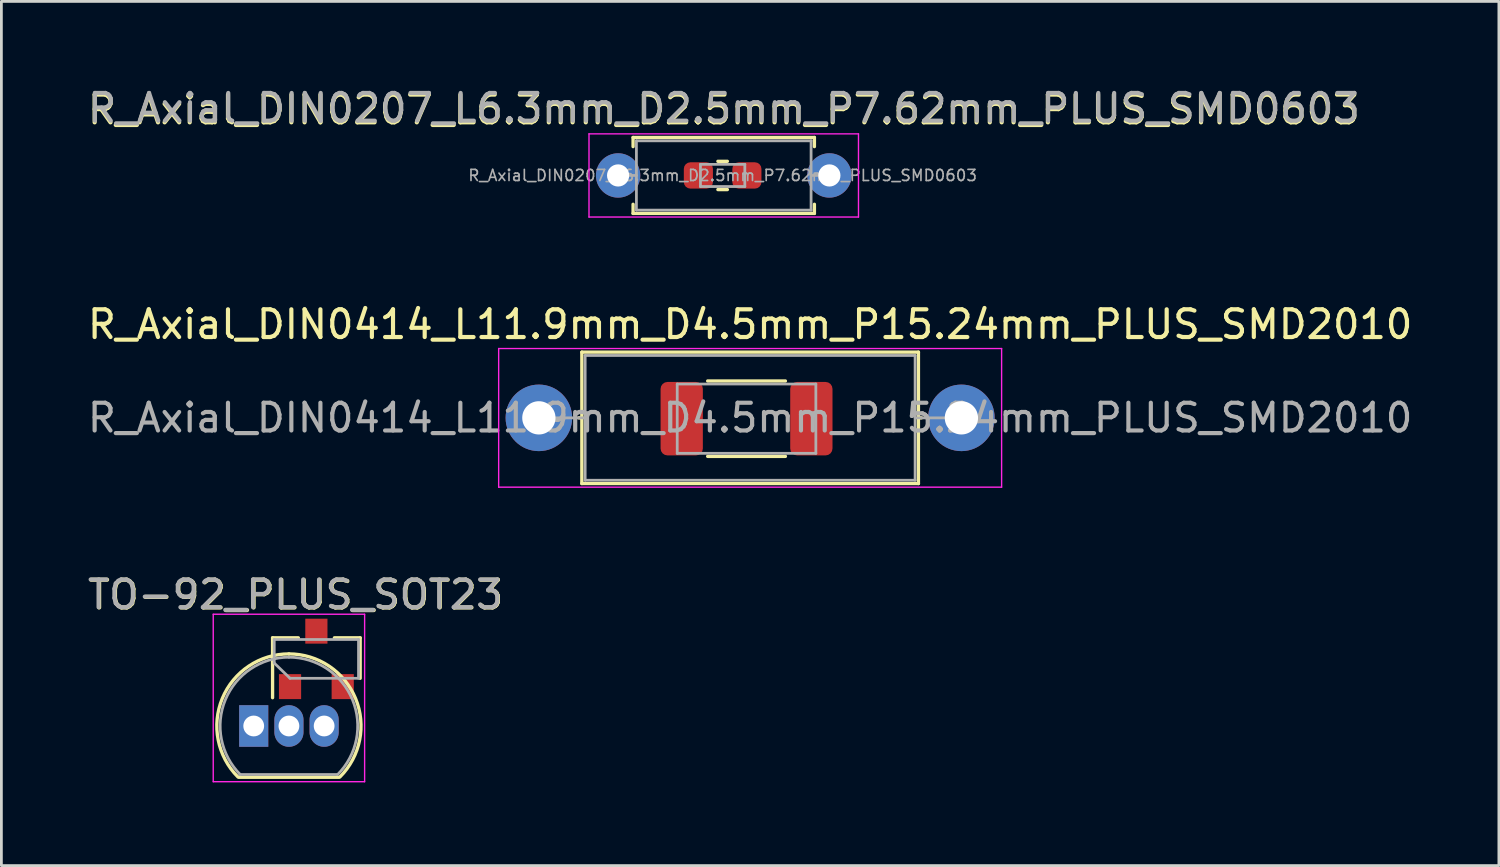
<source format=kicad_pcb>
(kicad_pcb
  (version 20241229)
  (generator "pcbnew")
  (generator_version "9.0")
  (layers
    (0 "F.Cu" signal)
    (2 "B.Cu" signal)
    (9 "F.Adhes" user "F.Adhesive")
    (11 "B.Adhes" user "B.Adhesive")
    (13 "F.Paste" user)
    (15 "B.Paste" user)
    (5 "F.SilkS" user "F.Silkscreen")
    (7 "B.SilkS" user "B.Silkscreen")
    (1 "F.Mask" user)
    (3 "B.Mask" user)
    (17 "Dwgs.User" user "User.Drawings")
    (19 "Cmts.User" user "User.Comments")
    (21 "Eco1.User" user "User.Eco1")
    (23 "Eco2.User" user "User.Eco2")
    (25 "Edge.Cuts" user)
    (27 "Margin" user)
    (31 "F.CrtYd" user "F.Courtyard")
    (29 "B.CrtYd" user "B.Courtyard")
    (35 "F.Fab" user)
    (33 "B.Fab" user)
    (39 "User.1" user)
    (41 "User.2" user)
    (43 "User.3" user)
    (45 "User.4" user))
  (footprint "TO-92_PLUS_SOT23"
    (layer "F.Cu")
    (at 6.101 23.135)
    (property "Reference" "TO-92_PLUS_SOT23" (at 1.52 -4.73 0) (layer "F.SilkS") (effects (font (size 1 1) (thickness 0.15))))
    (attr through_hole)
    (fp_line (start -0.53 1.85) (end 3.07 1.85) (stroke (width 0.12) (type solid)) (layer "F.SilkS"))
    (fp_line (start 0.68 -3.18) (end 0.68 -1.02) (stroke (width 0.12) (type solid)) (layer "F.SilkS"))
    (fp_line (start 0.68 -3.18) (end 1.61 -3.18) (stroke (width 0.12) (type solid)) (layer "F.SilkS"))
    (fp_line (start 3.84 -3.18) (end 2.91 -3.18) (stroke (width 0.12) (type solid)) (layer "F.SilkS"))
    (fp_line (start 3.84 -3.18) (end 3.84 -1.72) (stroke (width 0.12) (type solid)) (layer "F.SilkS"))
    (fp_arc (start -0.568478 1.838478) (mid -1.132087 -0.994977) (end 1.27 -2.6) (stroke (width 0.12) (type solid)) (layer "F.SilkS"))
    (fp_arc (start 1.27 -2.6) (mid 3.672087 -0.994977) (end 3.108478 1.838478) (stroke (width 0.12) (type solid)) (layer "F.SilkS"))
    (fp_line (start -1.46 -4.03) (end -1.46 2.01) (stroke (width 0.05) (type solid)) (layer "F.CrtYd"))
    (fp_line (start -1.46 -4.03) (end 4 -4.03) (stroke (width 0.05) (type solid)) (layer "F.CrtYd"))
    (fp_line (start 4 2.01) (end -1.46 2.01) (stroke (width 0.05) (type solid)) (layer "F.CrtYd"))
    (fp_line (start 4 2.01) (end 4 -4.03) (stroke (width 0.05) (type solid)) (layer "F.CrtYd"))
    (fp_line (start -0.5 1.75) (end 3 1.75) (stroke (width 0.1) (type solid)) (layer "F.Fab"))
    (fp_line (start 0.74 -3.12) (end 3.78 -3.12) (stroke (width 0.1) (type solid)) (layer "F.Fab"))
    (fp_line (start 0.74 -2.27) (end 0.74 -3.12) (stroke (width 0.1) (type solid)) (layer "F.Fab"))
    (fp_line (start 1.31 -1.72) (end 0.74 -2.27) (stroke (width 0.1) (type solid)) (layer "F.Fab"))
    (fp_line (start 1.31 -1.72) (end 3.76 -1.72) (stroke (width 0.1) (type solid)) (layer "F.Fab"))
    (fp_line (start 3.78 -1.72) (end 3.78 -3.12) (stroke (width 0.1) (type solid)) (layer "F.Fab"))
    (fp_arc (start -0.483625 1.753625) (mid -1.021221 -0.949055) (end 1.27 -2.48) (stroke (width 0.1) (type solid)) (layer "F.Fab"))
    (fp_arc (start 1.27 -2.48) (mid 3.561221 -0.949055) (end 3.023625 1.753625) (stroke (width 0.1) (type solid)) (layer "F.Fab"))
    (fp_text user "${REFERENCE}" (at 1.5 -4.74 0) (layer "F.Fab") (effects (font (size 1 1) (thickness 0.15))))
    (pad "1" thru_hole rect (at 0 0) (size 1.05 1.5) (drill 0.75) (layers "*.Cu" "*.Mask"))
    (pad "1" smd rect (at 2.26 -3.42 90) (size 0.9 0.8) (layers "F.Cu" "F.Mask" "F.Paste"))
    (pad "2" thru_hole oval (at 1.27 0) (size 1.05 1.5) (drill 0.75) (layers "*.Cu" "*.Mask"))
    (pad "2" smd rect (at 1.31 -1.42 90) (size 0.9 0.8) (layers "F.Cu" "F.Mask" "F.Paste"))
    (pad "3" thru_hole oval (at 2.54 0) (size 1.05 1.5) (drill 0.75) (layers "*.Cu" "*.Mask"))
    (pad "3" smd rect (at 3.21 -1.42 90) (size 0.9 0.8) (layers "F.Cu" "F.Mask" "F.Paste")))
  (footprint "R_Axial_DIN0414_L11.9mm_D4.5mm_P15.24mm_PLUS_SMD2010"
    (layer "F.Cu")
    (at 16.386 12.021)
    (property "Reference" "R_Axial_DIN0414_L11.9mm_D4.5mm_P15.24mm_PLUS_SMD2010" (at 7.62 -3.37 0) (layer "F.SilkS") (effects (font (size 1 1) (thickness 0.15))))
    (attr through_hole)
    (fp_line (start 1.44 0) (end 1.55 0) (stroke (width 0.12) (type solid)) (layer "F.SilkS"))
    (fp_line (start 1.55 -2.37) (end 1.55 2.37) (stroke (width 0.12) (type solid)) (layer "F.SilkS"))
    (fp_line (start 1.55 2.37) (end 13.69 2.37) (stroke (width 0.12) (type solid)) (layer "F.SilkS"))
    (fp_line (start 6.088 -1.33) (end 8.892 -1.33) (stroke (width 0.12) (type solid)) (layer "F.SilkS"))
    (fp_line (start 6.088 1.39) (end 8.892 1.39) (stroke (width 0.12) (type solid)) (layer "F.SilkS"))
    (fp_line (start 13.69 -2.37) (end 1.55 -2.37) (stroke (width 0.12) (type solid)) (layer "F.SilkS"))
    (fp_line (start 13.69 2.37) (end 13.69 -2.37) (stroke (width 0.12) (type solid)) (layer "F.SilkS"))
    (fp_line (start 13.8 0) (end 13.69 0) (stroke (width 0.12) (type solid)) (layer "F.SilkS"))
    (fp_line (start -1.45 -2.5) (end -1.45 2.5) (stroke (width 0.05) (type solid)) (layer "F.CrtYd"))
    (fp_line (start -1.45 2.5) (end 16.69 2.5) (stroke (width 0.05) (type solid)) (layer "F.CrtYd"))
    (fp_line (start 16.69 -2.5) (end -1.45 -2.5) (stroke (width 0.05) (type solid)) (layer "F.CrtYd"))
    (fp_line (start 16.69 2.5) (end 16.69 -2.5) (stroke (width 0.05) (type solid)) (layer "F.CrtYd"))
    (fp_line (start 0 0) (end 1.67 0) (stroke (width 0.1) (type solid)) (layer "F.Fab"))
    (fp_line (start 1.67 -2.25) (end 1.67 2.25) (stroke (width 0.1) (type solid)) (layer "F.Fab"))
    (fp_line (start 1.67 2.25) (end 13.57 2.25) (stroke (width 0.1) (type solid)) (layer "F.Fab"))
    (fp_line (start 4.99 -1.22) (end 9.99 -1.22) (stroke (width 0.1) (type solid)) (layer "F.Fab"))
    (fp_line (start 4.99 1.28) (end 4.99 -1.22) (stroke (width 0.1) (type solid)) (layer "F.Fab"))
    (fp_line (start 9.99 -1.22) (end 9.99 1.28) (stroke (width 0.1) (type solid)) (layer "F.Fab"))
    (fp_line (start 9.99 1.28) (end 4.99 1.28) (stroke (width 0.1) (type solid)) (layer "F.Fab"))
    (fp_line (start 13.57 -2.25) (end 1.67 -2.25) (stroke (width 0.1) (type solid)) (layer "F.Fab"))
    (fp_line (start 13.57 2.25) (end 13.57 -2.25) (stroke (width 0.1) (type solid)) (layer "F.Fab"))
    (fp_line (start 15.24 0) (end 13.57 0) (stroke (width 0.1) (type solid)) (layer "F.Fab"))
    (fp_text user "${REFERENCE}" (at 7.62 0 0) (layer "F.Fab") (effects (font (size 1 1) (thickness 0.15))))
    (pad "1" thru_hole circle (at 0 0) (size 2.4 2.4) (drill 1.2) (layers "*.Cu" "*.Mask"))
    (pad "1" smd roundrect (at 5.152 0.03) (size 1.525 2.65) (layers "F.Cu" "F.Mask" "F.Paste") (roundrect_rratio 0.164))
    (pad "2" smd roundrect (at 9.828 0.03) (size 1.525 2.65) (layers "F.Cu" "F.Mask" "F.Paste") (roundrect_rratio 0.164))
    (pad "2" thru_hole oval (at 15.24 0) (size 2.4 2.4) (drill 1.2) (layers "*.Cu" "*.Mask")))
  (footprint "R_Axial_DIN0207_L6.3mm_D2.5mm_P7.62mm_PLUS_SMD0603"
    (layer "F.Cu")
    (at 19.244 3.278)
    (property "Reference" "R_Axial_DIN0207_L6.3mm_D2.5mm_P7.62mm_PLUS_SMD0603" (at 3.81 -2.37 0) (layer "F.SilkS") (effects (font (size 1 1) (thickness 0.15))))
    (attr through_hole)
    (fp_line (start 0.54 -1.37) (end 7.08 -1.37) (stroke (width 0.12) (type solid)) (layer "F.SilkS"))
    (fp_line (start 0.54 -1.04) (end 0.54 -1.37) (stroke (width 0.12) (type solid)) (layer "F.SilkS"))
    (fp_line (start 0.54 1.04) (end 0.54 1.37) (stroke (width 0.12) (type solid)) (layer "F.SilkS"))
    (fp_line (start 0.54 1.37) (end 7.08 1.37) (stroke (width 0.12) (type solid)) (layer "F.SilkS"))
    (fp_line (start 3.599 -0.51) (end 3.941 -0.51) (stroke (width 0.12) (type solid)) (layer "F.SilkS"))
    (fp_line (start 3.599 0.51) (end 3.941 0.51) (stroke (width 0.12) (type solid)) (layer "F.SilkS"))
    (fp_line (start 7.08 -1.37) (end 7.08 -1.04) (stroke (width 0.12) (type solid)) (layer "F.SilkS"))
    (fp_line (start 7.08 1.37) (end 7.08 1.04) (stroke (width 0.12) (type solid)) (layer "F.SilkS"))
    (fp_line (start -1.05 -1.5) (end -1.05 1.5) (stroke (width 0.05) (type solid)) (layer "F.CrtYd"))
    (fp_line (start -1.05 1.5) (end 8.67 1.5) (stroke (width 0.05) (type solid)) (layer "F.CrtYd"))
    (fp_line (start 8.67 -1.5) (end -1.05 -1.5) (stroke (width 0.05) (type solid)) (layer "F.CrtYd"))
    (fp_line (start 8.67 1.5) (end 8.67 -1.5) (stroke (width 0.05) (type solid)) (layer "F.CrtYd"))
    (fp_line (start 0 0) (end 0.66 0) (stroke (width 0.1) (type solid)) (layer "F.Fab"))
    (fp_line (start 0.66 -1.25) (end 0.66 1.25) (stroke (width 0.1) (type solid)) (layer "F.Fab"))
    (fp_line (start 0.66 1.25) (end 6.96 1.25) (stroke (width 0.1) (type solid)) (layer "F.Fab"))
    (fp_line (start 2.97 -0.4) (end 4.57 -0.4) (stroke (width 0.1) (type solid)) (layer "F.Fab"))
    (fp_line (start 2.97 0.4) (end 2.97 -0.4) (stroke (width 0.1) (type solid)) (layer "F.Fab"))
    (fp_line (start 4.57 -0.4) (end 4.57 0.4) (stroke (width 0.1) (type solid)) (layer "F.Fab"))
    (fp_line (start 4.57 0.4) (end 2.97 0.4) (stroke (width 0.1) (type solid)) (layer "F.Fab"))
    (fp_line (start 6.96 -1.25) (end 0.66 -1.25) (stroke (width 0.1) (type solid)) (layer "F.Fab"))
    (fp_line (start 6.96 1.25) (end 6.96 -1.25) (stroke (width 0.1) (type solid)) (layer "F.Fab"))
    (fp_line (start 7.62 0) (end 6.96 0) (stroke (width 0.1) (type solid)) (layer "F.Fab"))
    (fp_text user "${REFERENCE}" (at 3.82 -2.43 0) (layer "F.Fab") (effects (font (size 1 1) (thickness 0.15))))
    (fp_text user "${REFERENCE}" (at 3.77 0 0) (layer "F.Fab") (effects (font (size 0.4 0.4) (thickness 0.06))))
    (pad "1" thru_hole circle (at 0 0) (size 1.6 1.6) (drill 0.8) (layers "*.Cu" "*.Mask"))
    (pad "1" smd roundrect (at 2.895 0) (size 1.05 0.95) (layers "F.Cu" "F.Mask" "F.Paste") (roundrect_rratio 0.25))
    (pad "2" smd roundrect (at 4.645 0) (size 1.05 0.95) (layers "F.Cu" "F.Mask" "F.Paste") (roundrect_rratio 0.25))
    (pad "2" thru_hole oval (at 7.62 0) (size 1.6 1.6) (drill 0.8) (layers "*.Cu" "*.Mask")))
  (gr_rect
    (start -3 -3)
    (end 51.012 28.17)
    (stroke (width 0.1) (type default))
    (fill no)
    (layer "Edge.Cuts")))
</source>
